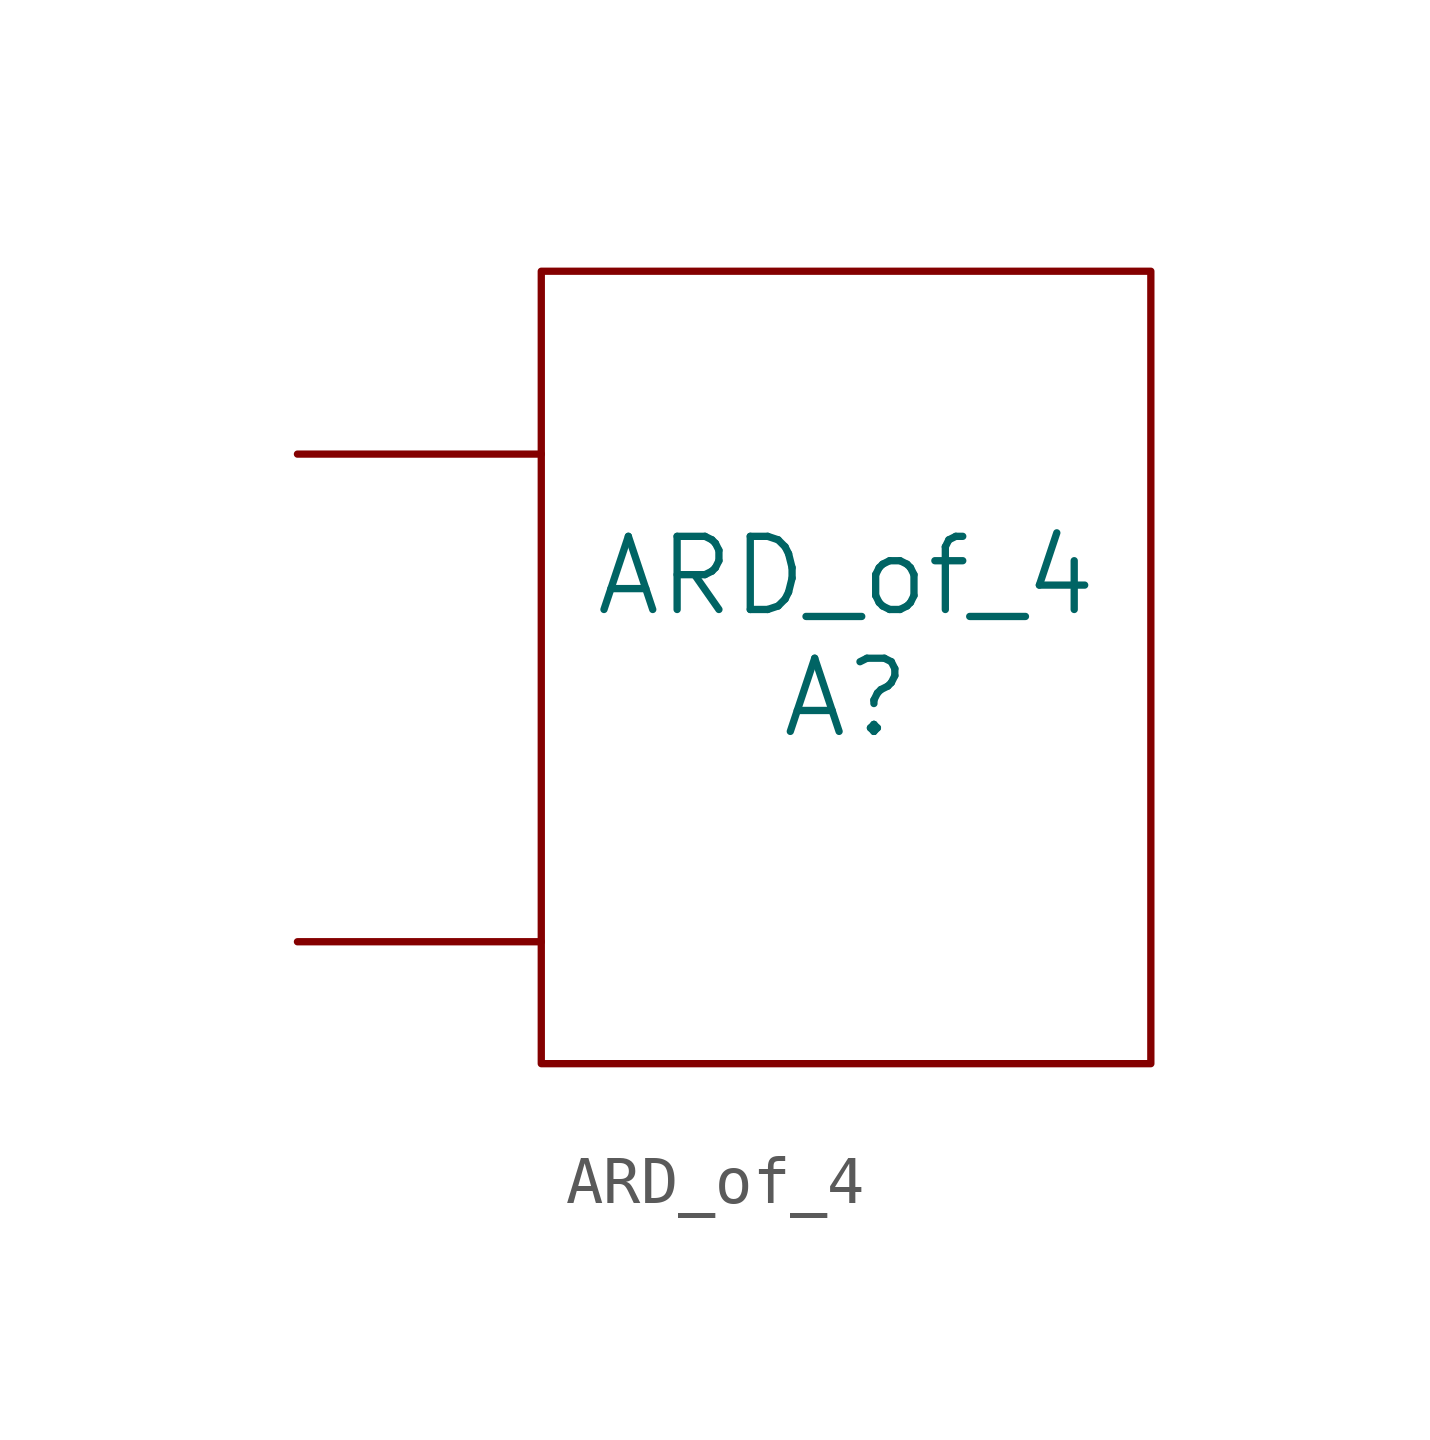
<source format=kicad_sym>
(kicad_symbol_lib
  (version 20241209)
  (generator "kicad_symbol_editor")
  (generator_version "9.0")
  (symbol "ARD_of_4"
    (pin_numbers
      (hide yes))
    (pin_names
      (offset 0)
      (hide yes))
    (property "Reference" "A"
      (at 0 0 0)
      (effects (font (size 1.524 1.524))))
    (property "Value" "ARD_of_4"
      (at 0 2.54 0)
      (effects (font (size 1.524 1.524))))
    (symbol "ARD_of_4_0_1"
      (rectangle (start 6.35 -7.62) (end -6.35 8.89) (stroke (width 0) (type solid)) (fill (type none))))
    (symbol "ARD_of_4_1_1"
      (pin input line (at -11.43 5.08 0) (length 5.08) (name "input" (effects (font (size 1.27 1.27)))) (number "~" (effects (font (size 1.27 1.27)))))
      (pin input line (at -11.43 -5.08 0) (length 5.08) (name "output" (effects (font (size 1.27 1.27)))) (number "~" (effects (font (size 1.27 1.27))))))))
</source>
